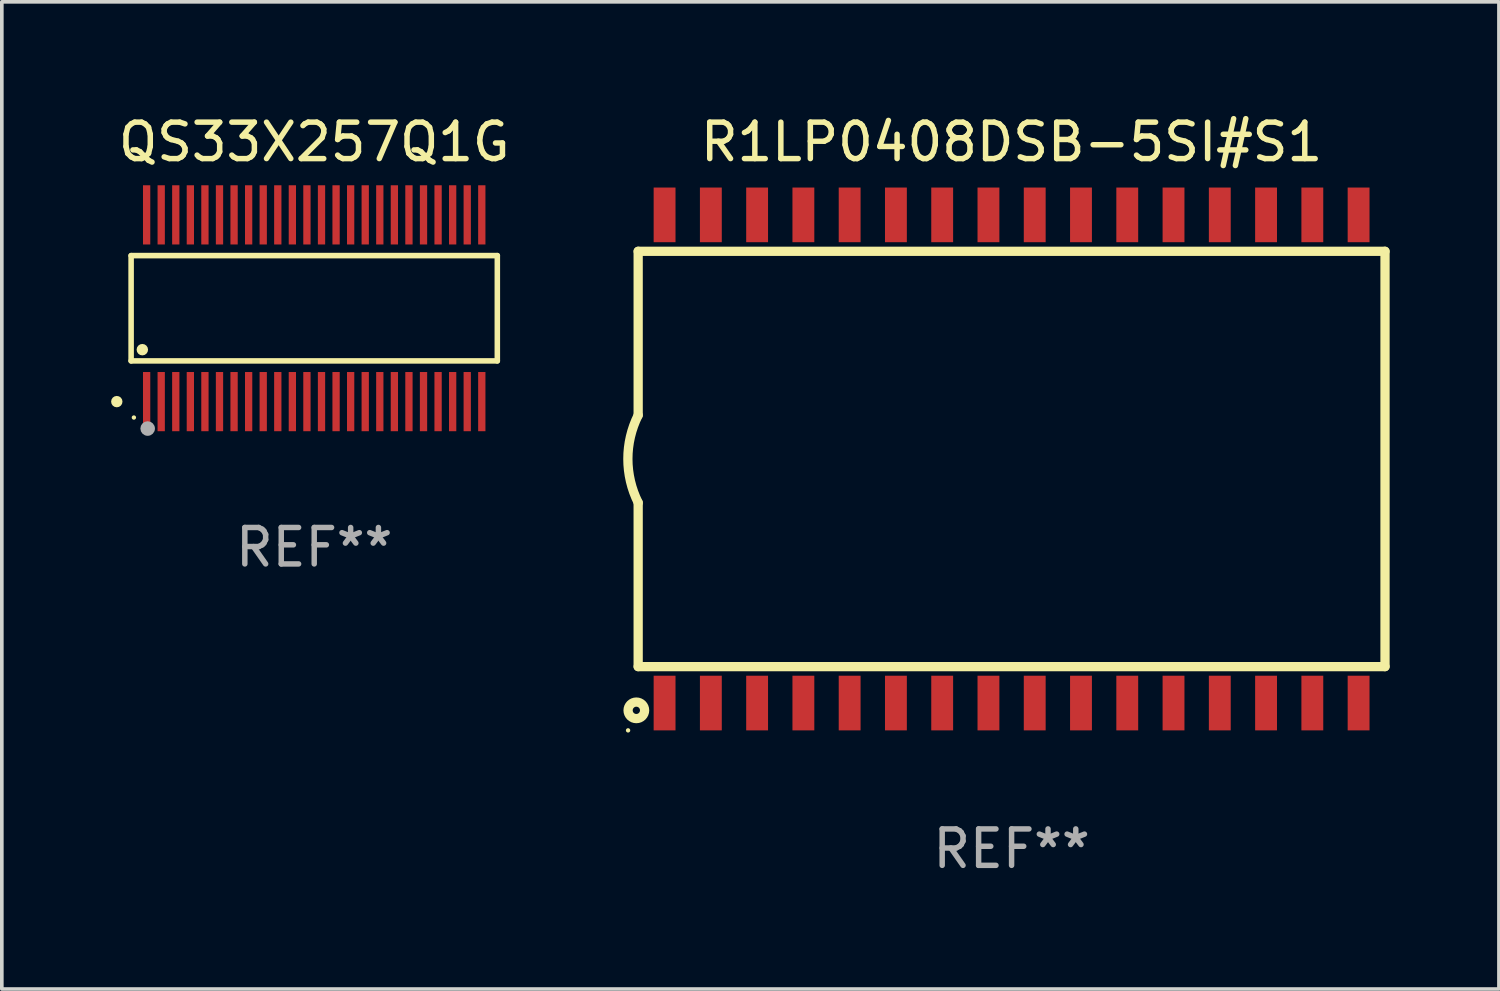
<source format=kicad_pcb>
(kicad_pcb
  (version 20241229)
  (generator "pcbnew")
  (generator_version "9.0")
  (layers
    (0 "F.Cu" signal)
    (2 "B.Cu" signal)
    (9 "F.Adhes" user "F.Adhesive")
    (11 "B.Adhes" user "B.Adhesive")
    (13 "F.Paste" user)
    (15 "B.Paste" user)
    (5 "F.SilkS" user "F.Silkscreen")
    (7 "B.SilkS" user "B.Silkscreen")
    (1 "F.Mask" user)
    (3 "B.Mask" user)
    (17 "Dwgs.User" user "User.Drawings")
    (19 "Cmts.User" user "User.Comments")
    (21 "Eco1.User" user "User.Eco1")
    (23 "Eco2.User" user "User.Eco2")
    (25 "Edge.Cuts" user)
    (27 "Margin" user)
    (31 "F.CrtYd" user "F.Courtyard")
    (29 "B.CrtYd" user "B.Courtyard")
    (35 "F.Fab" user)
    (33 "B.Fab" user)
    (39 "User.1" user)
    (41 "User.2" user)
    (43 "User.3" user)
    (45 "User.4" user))
  (footprint "QS33X257Q1G"
    (layer "F.Cu")
    (at 5.575 5.411)
    (property "Reference" "QS33X257Q1G" (at 0 -4.563 0) (layer "F.SilkS") (effects (font (size 1 1) (thickness 0.15))))
    (attr through_hole)
    (fp_line (start -5.026 -1.445) (end 5.026 -1.445) (stroke (width 0.152) (type solid)) (layer "F.SilkS"))
    (fp_line (start -5.026 1.445) (end -5.026 -1.445) (stroke (width 0.152) (type solid)) (layer "F.SilkS"))
    (fp_line (start 5.026 -1.445) (end 5.026 1.445) (stroke (width 0.152) (type solid)) (layer "F.SilkS"))
    (fp_line (start 5.026 1.445) (end -5.026 1.445) (stroke (width 0.152) (type solid)) (layer "F.SilkS"))
    (fp_circle (center -5.419 2.563) (end -5.341 2.563) (stroke (width 0.156) (type solid)) (fill no) (layer "F.SilkS"))
    (fp_circle (center -4.95 3) (end -4.92 3) (stroke (width 0.06) (type solid)) (fill no) (layer "F.SilkS"))
    (fp_circle (center -4.718 1.137) (end -4.639 1.137) (stroke (width 0.156) (type solid)) (fill no) (layer "F.SilkS"))
    (fp_circle (center -4.572 3.302) (end -4.472 3.302) (stroke (width 0.2) (type solid)) (fill no) (layer "F.Fab"))
    (fp_text user "REF**" (at 0 6.563 0) (layer "F.Fab") (effects (font (size 1 1) (thickness 0.15))))
    (pad "1" smd rect (at -4.6 2.563) (size 0.2 1.625) (layers "F.Cu" "F.Mask" "F.Paste"))
    (pad "2" smd rect (at -4.2 2.563) (size 0.2 1.625) (layers "F.Cu" "F.Mask" "F.Paste"))
    (pad "3" smd rect (at -3.8 2.563) (size 0.2 1.625) (layers "F.Cu" "F.Mask" "F.Paste"))
    (pad "4" smd rect (at -3.4 2.563) (size 0.2 1.625) (layers "F.Cu" "F.Mask" "F.Paste"))
    (pad "5" smd rect (at -3 2.563) (size 0.2 1.625) (layers "F.Cu" "F.Mask" "F.Paste"))
    (pad "6" smd rect (at -2.6 2.563) (size 0.2 1.625) (layers "F.Cu" "F.Mask" "F.Paste"))
    (pad "7" smd rect (at -2.2 2.563) (size 0.2 1.625) (layers "F.Cu" "F.Mask" "F.Paste"))
    (pad "8" smd rect (at -1.8 2.563) (size 0.2 1.625) (layers "F.Cu" "F.Mask" "F.Paste"))
    (pad "9" smd rect (at -1.4 2.563) (size 0.2 1.625) (layers "F.Cu" "F.Mask" "F.Paste"))
    (pad "10" smd rect (at -1 2.563) (size 0.2 1.625) (layers "F.Cu" "F.Mask" "F.Paste"))
    (pad "11" smd rect (at -0.6 2.563) (size 0.2 1.625) (layers "F.Cu" "F.Mask" "F.Paste"))
    (pad "12" smd rect (at -0.2 2.563) (size 0.2 1.625) (layers "F.Cu" "F.Mask" "F.Paste"))
    (pad "13" smd rect (at 0.2 2.563) (size 0.2 1.625) (layers "F.Cu" "F.Mask" "F.Paste"))
    (pad "14" smd rect (at 0.6 2.563) (size 0.2 1.625) (layers "F.Cu" "F.Mask" "F.Paste"))
    (pad "15" smd rect (at 1 2.563) (size 0.2 1.625) (layers "F.Cu" "F.Mask" "F.Paste"))
    (pad "16" smd rect (at 1.4 2.563) (size 0.2 1.625) (layers "F.Cu" "F.Mask" "F.Paste"))
    (pad "17" smd rect (at 1.8 2.563) (size 0.2 1.625) (layers "F.Cu" "F.Mask" "F.Paste"))
    (pad "18" smd rect (at 2.2 2.563) (size 0.2 1.625) (layers "F.Cu" "F.Mask" "F.Paste"))
    (pad "19" smd rect (at 2.6 2.563) (size 0.2 1.625) (layers "F.Cu" "F.Mask" "F.Paste"))
    (pad "20" smd rect (at 3 2.563) (size 0.2 1.625) (layers "F.Cu" "F.Mask" "F.Paste"))
    (pad "21" smd rect (at 3.4 2.563) (size 0.2 1.625) (layers "F.Cu" "F.Mask" "F.Paste"))
    (pad "22" smd rect (at 3.8 2.563) (size 0.2 1.625) (layers "F.Cu" "F.Mask" "F.Paste"))
    (pad "23" smd rect (at 4.2 2.563) (size 0.2 1.625) (layers "F.Cu" "F.Mask" "F.Paste"))
    (pad "24" smd rect (at 4.6 2.563) (size 0.2 1.625) (layers "F.Cu" "F.Mask" "F.Paste"))
    (pad "25" smd rect (at 4.6 -2.563) (size 0.2 1.625) (layers "F.Cu" "F.Mask" "F.Paste"))
    (pad "26" smd rect (at 4.2 -2.563) (size 0.2 1.625) (layers "F.Cu" "F.Mask" "F.Paste"))
    (pad "27" smd rect (at 3.8 -2.563) (size 0.2 1.625) (layers "F.Cu" "F.Mask" "F.Paste"))
    (pad "28" smd rect (at 3.4 -2.563) (size 0.2 1.625) (layers "F.Cu" "F.Mask" "F.Paste"))
    (pad "29" smd rect (at 3 -2.563) (size 0.2 1.625) (layers "F.Cu" "F.Mask" "F.Paste"))
    (pad "30" smd rect (at 2.6 -2.563) (size 0.2 1.625) (layers "F.Cu" "F.Mask" "F.Paste"))
    (pad "31" smd rect (at 2.2 -2.563) (size 0.2 1.625) (layers "F.Cu" "F.Mask" "F.Paste"))
    (pad "32" smd rect (at 1.8 -2.563) (size 0.2 1.625) (layers "F.Cu" "F.Mask" "F.Paste"))
    (pad "33" smd rect (at 1.4 -2.563) (size 0.2 1.625) (layers "F.Cu" "F.Mask" "F.Paste"))
    (pad "34" smd rect (at 1 -2.563) (size 0.2 1.625) (layers "F.Cu" "F.Mask" "F.Paste"))
    (pad "35" smd rect (at 0.6 -2.563) (size 0.2 1.625) (layers "F.Cu" "F.Mask" "F.Paste"))
    (pad "36" smd rect (at 0.2 -2.563) (size 0.2 1.625) (layers "F.Cu" "F.Mask" "F.Paste"))
    (pad "37" smd rect (at -0.2 -2.563) (size 0.2 1.625) (layers "F.Cu" "F.Mask" "F.Paste"))
    (pad "38" smd rect (at -0.6 -2.563) (size 0.2 1.625) (layers "F.Cu" "F.Mask" "F.Paste"))
    (pad "39" smd rect (at -1 -2.563) (size 0.2 1.625) (layers "F.Cu" "F.Mask" "F.Paste"))
    (pad "40" smd rect (at -1.4 -2.563) (size 0.2 1.625) (layers "F.Cu" "F.Mask" "F.Paste"))
    (pad "41" smd rect (at -1.8 -2.563) (size 0.2 1.625) (layers "F.Cu" "F.Mask" "F.Paste"))
    (pad "42" smd rect (at -2.2 -2.563) (size 0.2 1.625) (layers "F.Cu" "F.Mask" "F.Paste"))
    (pad "43" smd rect (at -2.6 -2.563) (size 0.2 1.625) (layers "F.Cu" "F.Mask" "F.Paste"))
    (pad "44" smd rect (at -3 -2.563) (size 0.2 1.625) (layers "F.Cu" "F.Mask" "F.Paste"))
    (pad "45" smd rect (at -3.4 -2.563) (size 0.2 1.625) (layers "F.Cu" "F.Mask" "F.Paste"))
    (pad "46" smd rect (at -3.8 -2.563) (size 0.2 1.625) (layers "F.Cu" "F.Mask" "F.Paste"))
    (pad "47" smd rect (at -4.2 -2.563) (size 0.2 1.625) (layers "F.Cu" "F.Mask" "F.Paste"))
    (pad "48" smd rect (at -4.6 -2.563) (size 0.2 1.625) (layers "F.Cu" "F.Mask" "F.Paste")))
  (footprint "R1LP0408DSB-5SI#S1"
    (layer "F.Cu")
    (at 24.717 9.548)
    (property "Reference" "R1LP0408DSB-5SI#S1" (at 0 -8.7 0) (layer "F.SilkS") (effects (font (size 1 1) (thickness 0.15))))
    (attr through_hole)
    (fp_line (start -10.25 -5.7) (end -10.25 -1.2) (stroke (width 0.254) (type solid)) (layer "F.SilkS"))
    (fp_line (start -10.25 -5.7) (end 10.25 -5.7) (stroke (width 0.254) (type solid)) (layer "F.SilkS"))
    (fp_line (start -10.25 5.7) (end -10.25 1.2) (stroke (width 0.254) (type solid)) (layer "F.SilkS"))
    (fp_line (start 10.25 -5.7) (end 10.25 5.7) (stroke (width 0.254) (type solid)) (layer "F.SilkS"))
    (fp_line (start 10.25 5.7) (end -10.25 5.7) (stroke (width 0.254) (type solid)) (layer "F.SilkS"))
    (fp_arc (start -10.248921 1.198882) (mid -10.532435 -0.000433) (end -10.249987 -1.2) (stroke (width 0.254001) (type solid)) (layer "F.SilkS"))
    (fp_circle (center -10.527 7.45) (end -10.497 7.45) (stroke (width 0.06) (type solid)) (fill no) (layer "F.SilkS"))
    (fp_circle (center -10.3 6.9) (end -10.2 6.9) (stroke (width 0.254) (type solid)) (fill no) (layer "F.SilkS"))
    (fp_text user "REF**" (at 0 10.7 0) (layer "F.Fab") (effects (font (size 1 1) (thickness 0.15))))
    (pad "1" smd rect (at -9.525 6.7 180) (size 0.6 1.5) (layers "F.Cu" "F.Mask" "F.Paste"))
    (pad "2" smd rect (at -8.255 6.7 180) (size 0.6 1.5) (layers "F.Cu" "F.Mask" "F.Paste"))
    (pad "3" smd rect (at -6.985 6.7 180) (size 0.6 1.5) (layers "F.Cu" "F.Mask" "F.Paste"))
    (pad "4" smd rect (at -5.715 6.7 180) (size 0.6 1.5) (layers "F.Cu" "F.Mask" "F.Paste"))
    (pad "5" smd rect (at -4.445 6.7 180) (size 0.6 1.5) (layers "F.Cu" "F.Mask" "F.Paste"))
    (pad "6" smd rect (at -3.175 6.7 180) (size 0.6 1.5) (layers "F.Cu" "F.Mask" "F.Paste"))
    (pad "7" smd rect (at -1.905 6.7 180) (size 0.6 1.5) (layers "F.Cu" "F.Mask" "F.Paste"))
    (pad "8" smd rect (at -0.635 6.7 180) (size 0.6 1.5) (layers "F.Cu" "F.Mask" "F.Paste"))
    (pad "9" smd rect (at 0.635 6.7 180) (size 0.6 1.5) (layers "F.Cu" "F.Mask" "F.Paste"))
    (pad "10" smd rect (at 1.905 6.7 180) (size 0.6 1.5) (layers "F.Cu" "F.Mask" "F.Paste"))
    (pad "11" smd rect (at 3.175 6.7 180) (size 0.6 1.5) (layers "F.Cu" "F.Mask" "F.Paste"))
    (pad "12" smd rect (at 4.445 6.7 180) (size 0.6 1.5) (layers "F.Cu" "F.Mask" "F.Paste"))
    (pad "13" smd rect (at 5.715 6.7 180) (size 0.6 1.5) (layers "F.Cu" "F.Mask" "F.Paste"))
    (pad "14" smd rect (at 6.985 6.7 180) (size 0.6 1.5) (layers "F.Cu" "F.Mask" "F.Paste"))
    (pad "15" smd rect (at 8.255 6.7 180) (size 0.6 1.5) (layers "F.Cu" "F.Mask" "F.Paste"))
    (pad "16" smd rect (at 9.525 6.7 180) (size 0.6 1.5) (layers "F.Cu" "F.Mask" "F.Paste"))
    (pad "17" smd rect (at 9.525 -6.7 180) (size 0.6 1.5) (layers "F.Cu" "F.Mask" "F.Paste"))
    (pad "18" smd rect (at 8.255 -6.7 180) (size 0.6 1.5) (layers "F.Cu" "F.Mask" "F.Paste"))
    (pad "19" smd rect (at 6.985 -6.7 180) (size 0.6 1.5) (layers "F.Cu" "F.Mask" "F.Paste"))
    (pad "20" smd rect (at 5.715 -6.7 180) (size 0.6 1.5) (layers "F.Cu" "F.Mask" "F.Paste"))
    (pad "21" smd rect (at 4.445 -6.7 180) (size 0.6 1.5) (layers "F.Cu" "F.Mask" "F.Paste"))
    (pad "22" smd rect (at 3.175 -6.7 180) (size 0.6 1.5) (layers "F.Cu" "F.Mask" "F.Paste"))
    (pad "23" smd rect (at 1.905 -6.7 180) (size 0.6 1.5) (layers "F.Cu" "F.Mask" "F.Paste"))
    (pad "24" smd rect (at 0.635 -6.7 180) (size 0.6 1.5) (layers "F.Cu" "F.Mask" "F.Paste"))
    (pad "25" smd rect (at -0.635 -6.7 180) (size 0.6 1.5) (layers "F.Cu" "F.Mask" "F.Paste"))
    (pad "26" smd rect (at -1.905 -6.7 180) (size 0.6 1.5) (layers "F.Cu" "F.Mask" "F.Paste"))
    (pad "27" smd rect (at -3.175 -6.7 180) (size 0.6 1.5) (layers "F.Cu" "F.Mask" "F.Paste"))
    (pad "28" smd rect (at -4.445 -6.7 180) (size 0.6 1.5) (layers "F.Cu" "F.Mask" "F.Paste"))
    (pad "29" smd rect (at -5.715 -6.7 180) (size 0.6 1.5) (layers "F.Cu" "F.Mask" "F.Paste"))
    (pad "30" smd rect (at -6.985 -6.7 180) (size 0.6 1.5) (layers "F.Cu" "F.Mask" "F.Paste"))
    (pad "31" smd rect (at -8.255 -6.7 180) (size 0.6 1.5) (layers "F.Cu" "F.Mask" "F.Paste"))
    (pad "32" smd rect (at -9.525 -6.7 180) (size 0.6 1.5) (layers "F.Cu" "F.Mask" "F.Paste")))
  (gr_rect
    (start -3 -3)
    (end 38.094 24.097)
    (stroke (width 0.1) (type default))
    (fill no)
    (layer "Edge.Cuts")))
</source>
